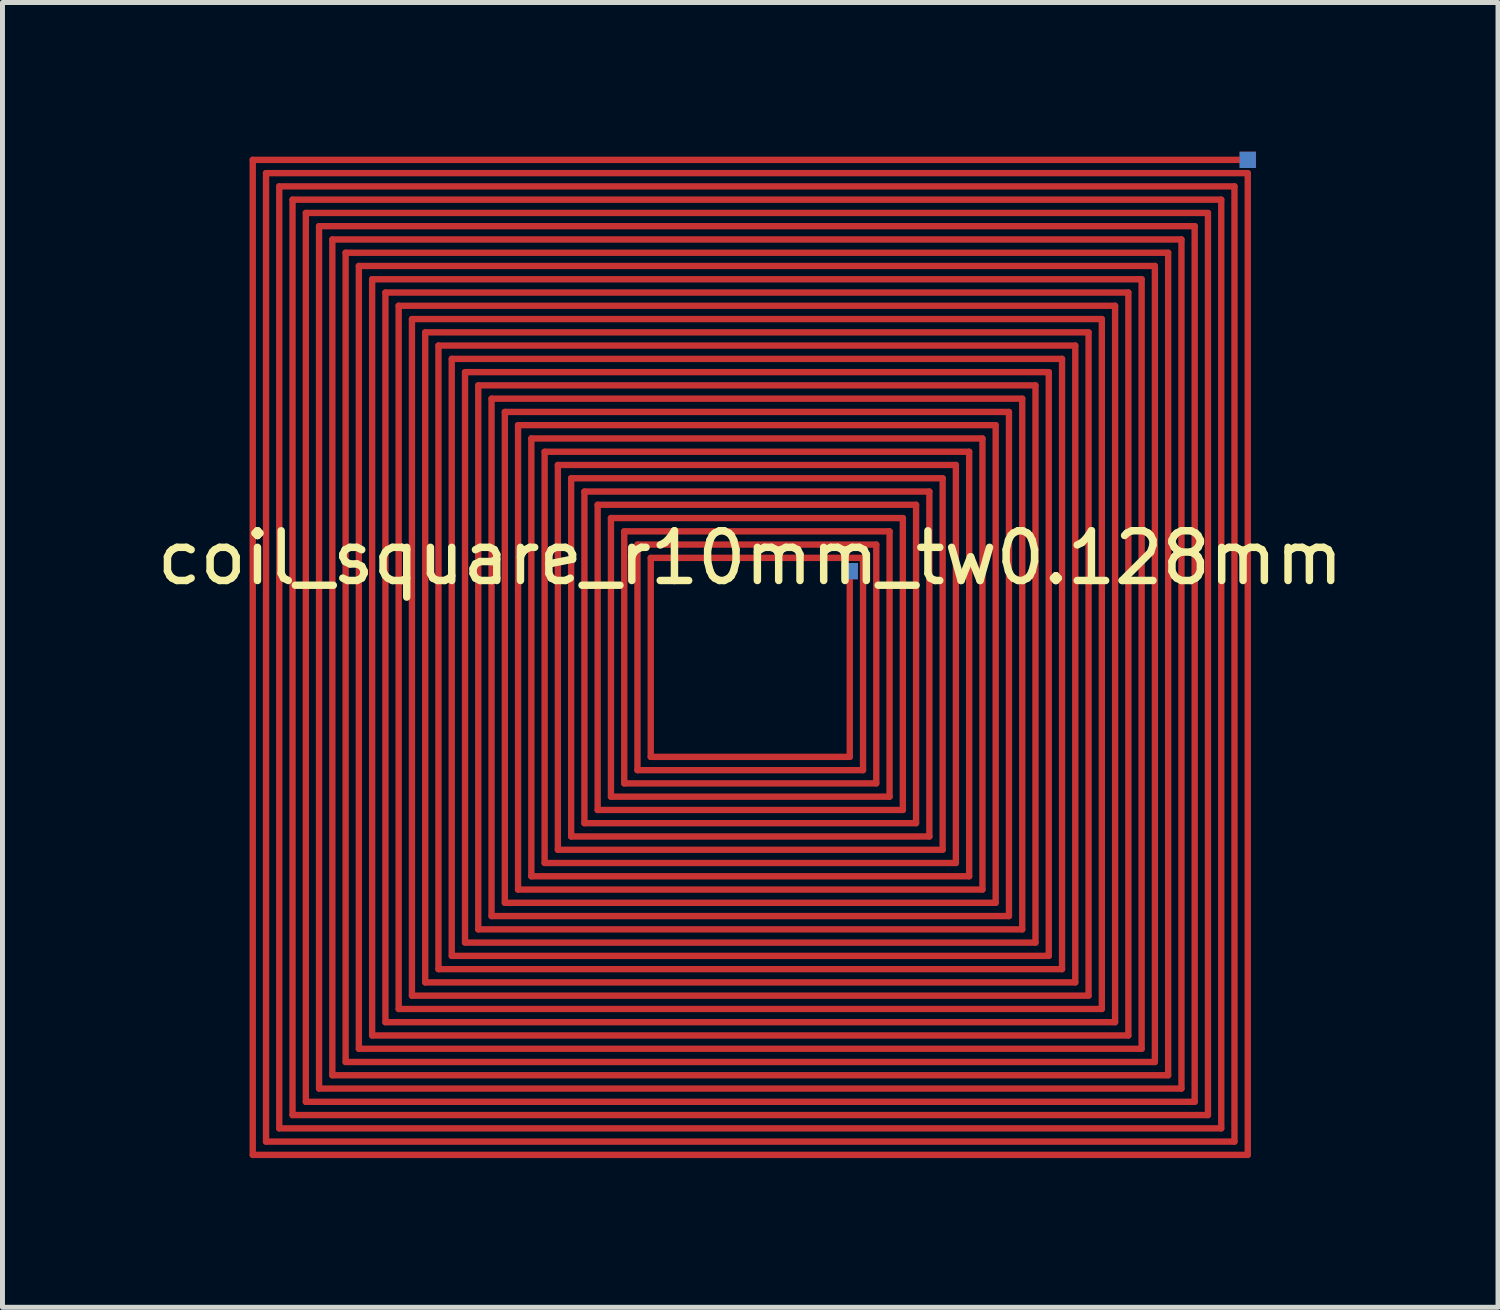
<source format=kicad_pcb>
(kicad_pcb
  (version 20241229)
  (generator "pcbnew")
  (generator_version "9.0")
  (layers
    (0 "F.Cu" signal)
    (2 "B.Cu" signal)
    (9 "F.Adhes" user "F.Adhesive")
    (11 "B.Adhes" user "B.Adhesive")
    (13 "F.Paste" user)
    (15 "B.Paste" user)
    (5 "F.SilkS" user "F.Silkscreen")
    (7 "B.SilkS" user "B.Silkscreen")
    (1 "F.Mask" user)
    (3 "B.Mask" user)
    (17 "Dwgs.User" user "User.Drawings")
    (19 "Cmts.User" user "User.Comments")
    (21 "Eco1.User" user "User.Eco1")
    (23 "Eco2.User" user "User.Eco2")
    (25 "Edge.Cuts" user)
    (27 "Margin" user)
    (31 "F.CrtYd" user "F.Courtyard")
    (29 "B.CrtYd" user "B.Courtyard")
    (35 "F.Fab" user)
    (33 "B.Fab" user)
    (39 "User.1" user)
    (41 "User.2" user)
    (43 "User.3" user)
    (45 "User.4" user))
  (footprint "coil_square_r10mm_tw0.128mm"
    (layer "F.Cu")
    (at 12.03 10.163)
    (property "Reference" "coil_square_r10mm_tw0.128mm" (at 0 -2 0) (layer "F.SilkS") (effects (font (size 1 1) (thickness 0.15))))
    (attr through_hole)
    (fp_line (start -10 -10) (end -10 10) (stroke (width 0.128) (type solid)) (layer "F.Cu"))
    (fp_line (start -10 10) (end 10 10) (stroke (width 0.128) (type solid)) (layer "F.Cu"))
    (fp_line (start -9.733 -9.733) (end -9.733 9.733) (stroke (width 0.128) (type solid)) (layer "F.Cu"))
    (fp_line (start -9.733 9.733) (end 9.733 9.733) (stroke (width 0.128) (type solid)) (layer "F.Cu"))
    (fp_line (start -9.467 -9.467) (end -9.467 9.467) (stroke (width 0.128) (type solid)) (layer "F.Cu"))
    (fp_line (start -9.467 9.467) (end 9.467 9.467) (stroke (width 0.128) (type solid)) (layer "F.Cu"))
    (fp_line (start -9.2 -9.2) (end -9.2 9.2) (stroke (width 0.128) (type solid)) (layer "F.Cu"))
    (fp_line (start -9.2 9.2) (end 9.2 9.2) (stroke (width 0.128) (type solid)) (layer "F.Cu"))
    (fp_line (start -8.933 -8.933) (end -8.933 8.933) (stroke (width 0.128) (type solid)) (layer "F.Cu"))
    (fp_line (start -8.933 8.933) (end 8.933 8.933) (stroke (width 0.128) (type solid)) (layer "F.Cu"))
    (fp_line (start -8.667 -8.667) (end -8.667 8.667) (stroke (width 0.128) (type solid)) (layer "F.Cu"))
    (fp_line (start -8.667 8.667) (end 8.667 8.667) (stroke (width 0.128) (type solid)) (layer "F.Cu"))
    (fp_line (start -8.4 -8.4) (end -8.4 8.4) (stroke (width 0.128) (type solid)) (layer "F.Cu"))
    (fp_line (start -8.4 8.4) (end 8.4 8.4) (stroke (width 0.128) (type solid)) (layer "F.Cu"))
    (fp_line (start -8.133 -8.133) (end -8.133 8.133) (stroke (width 0.128) (type solid)) (layer "F.Cu"))
    (fp_line (start -8.133 8.133) (end 8.133 8.133) (stroke (width 0.128) (type solid)) (layer "F.Cu"))
    (fp_line (start -7.867 -7.867) (end -7.867 7.867) (stroke (width 0.128) (type solid)) (layer "F.Cu"))
    (fp_line (start -7.867 7.867) (end 7.867 7.867) (stroke (width 0.128) (type solid)) (layer "F.Cu"))
    (fp_line (start -7.6 -7.6) (end -7.6 7.6) (stroke (width 0.128) (type solid)) (layer "F.Cu"))
    (fp_line (start -7.6 7.6) (end 7.6 7.6) (stroke (width 0.128) (type solid)) (layer "F.Cu"))
    (fp_line (start -7.333 -7.333) (end -7.333 7.333) (stroke (width 0.128) (type solid)) (layer "F.Cu"))
    (fp_line (start -7.333 7.333) (end 7.333 7.333) (stroke (width 0.128) (type solid)) (layer "F.Cu"))
    (fp_line (start -7.067 -7.067) (end -7.067 7.067) (stroke (width 0.128) (type solid)) (layer "F.Cu"))
    (fp_line (start -7.067 7.067) (end 7.067 7.067) (stroke (width 0.128) (type solid)) (layer "F.Cu"))
    (fp_line (start -6.8 -6.8) (end -6.8 6.8) (stroke (width 0.128) (type solid)) (layer "F.Cu"))
    (fp_line (start -6.8 6.8) (end 6.8 6.8) (stroke (width 0.128) (type solid)) (layer "F.Cu"))
    (fp_line (start -6.533 -6.533) (end -6.533 6.533) (stroke (width 0.128) (type solid)) (layer "F.Cu"))
    (fp_line (start -6.533 6.533) (end 6.533 6.533) (stroke (width 0.128) (type solid)) (layer "F.Cu"))
    (fp_line (start -6.267 -6.267) (end -6.267 6.267) (stroke (width 0.128) (type solid)) (layer "F.Cu"))
    (fp_line (start -6.267 6.267) (end 6.267 6.267) (stroke (width 0.128) (type solid)) (layer "F.Cu"))
    (fp_line (start -6 -6) (end -6 6) (stroke (width 0.128) (type solid)) (layer "F.Cu"))
    (fp_line (start -6 6) (end 6 6) (stroke (width 0.128) (type solid)) (layer "F.Cu"))
    (fp_line (start -5.733 -5.733) (end -5.733 5.733) (stroke (width 0.128) (type solid)) (layer "F.Cu"))
    (fp_line (start -5.733 5.733) (end 5.733 5.733) (stroke (width 0.128) (type solid)) (layer "F.Cu"))
    (fp_line (start -5.467 -5.467) (end -5.467 5.467) (stroke (width 0.128) (type solid)) (layer "F.Cu"))
    (fp_line (start -5.467 5.467) (end 5.467 5.467) (stroke (width 0.128) (type solid)) (layer "F.Cu"))
    (fp_line (start -5.2 -5.2) (end -5.2 5.2) (stroke (width 0.128) (type solid)) (layer "F.Cu"))
    (fp_line (start -5.2 5.2) (end 5.2 5.2) (stroke (width 0.128) (type solid)) (layer "F.Cu"))
    (fp_line (start -4.933 -4.933) (end -4.933 4.933) (stroke (width 0.128) (type solid)) (layer "F.Cu"))
    (fp_line (start -4.933 4.933) (end 4.933 4.933) (stroke (width 0.128) (type solid)) (layer "F.Cu"))
    (fp_line (start -4.667 -4.667) (end -4.667 4.667) (stroke (width 0.128) (type solid)) (layer "F.Cu"))
    (fp_line (start -4.667 4.667) (end 4.667 4.667) (stroke (width 0.128) (type solid)) (layer "F.Cu"))
    (fp_line (start -4.4 -4.4) (end -4.4 4.4) (stroke (width 0.128) (type solid)) (layer "F.Cu"))
    (fp_line (start -4.4 4.4) (end 4.4 4.4) (stroke (width 0.128) (type solid)) (layer "F.Cu"))
    (fp_line (start -4.133 -4.133) (end -4.133 4.133) (stroke (width 0.128) (type solid)) (layer "F.Cu"))
    (fp_line (start -4.133 4.133) (end 4.133 4.133) (stroke (width 0.128) (type solid)) (layer "F.Cu"))
    (fp_line (start -3.867 -3.867) (end -3.867 3.867) (stroke (width 0.128) (type solid)) (layer "F.Cu"))
    (fp_line (start -3.867 3.867) (end 3.867 3.867) (stroke (width 0.128) (type solid)) (layer "F.Cu"))
    (fp_line (start -3.6 -3.6) (end -3.6 3.6) (stroke (width 0.128) (type solid)) (layer "F.Cu"))
    (fp_line (start -3.6 3.6) (end 3.6 3.6) (stroke (width 0.128) (type solid)) (layer "F.Cu"))
    (fp_line (start -3.333 -3.333) (end -3.333 3.333) (stroke (width 0.128) (type solid)) (layer "F.Cu"))
    (fp_line (start -3.333 3.333) (end 3.333 3.333) (stroke (width 0.128) (type solid)) (layer "F.Cu"))
    (fp_line (start -3.067 -3.067) (end -3.067 3.067) (stroke (width 0.128) (type solid)) (layer "F.Cu"))
    (fp_line (start -3.067 3.067) (end 3.067 3.067) (stroke (width 0.128) (type solid)) (layer "F.Cu"))
    (fp_line (start -2.8 -2.8) (end -2.8 2.8) (stroke (width 0.128) (type solid)) (layer "F.Cu"))
    (fp_line (start -2.8 2.8) (end 2.8 2.8) (stroke (width 0.128) (type solid)) (layer "F.Cu"))
    (fp_line (start -2.533 -2.533) (end -2.533 2.533) (stroke (width 0.128) (type solid)) (layer "F.Cu"))
    (fp_line (start -2.533 2.533) (end 2.533 2.533) (stroke (width 0.128) (type solid)) (layer "F.Cu"))
    (fp_line (start -2.267 -2.267) (end -2.267 2.267) (stroke (width 0.128) (type solid)) (layer "F.Cu"))
    (fp_line (start -2.267 2.267) (end 2.267 2.267) (stroke (width 0.128) (type solid)) (layer "F.Cu"))
    (fp_line (start -2 -2) (end -2 2) (stroke (width 0.128) (type solid)) (layer "F.Cu"))
    (fp_line (start -2 2) (end 2 2) (stroke (width 0.128) (type solid)) (layer "F.Cu"))
    (fp_line (start 2 2) (end 2 -1.733) (stroke (width 0.128) (type solid)) (layer "F.Cu"))
    (fp_line (start 2.267 -2) (end -2 -2) (stroke (width 0.128) (type solid)) (layer "F.Cu"))
    (fp_line (start 2.267 2.267) (end 2.267 -2) (stroke (width 0.128) (type solid)) (layer "F.Cu"))
    (fp_line (start 2.533 -2.267) (end -2.267 -2.267) (stroke (width 0.128) (type solid)) (layer "F.Cu"))
    (fp_line (start 2.533 2.533) (end 2.533 -2.267) (stroke (width 0.128) (type solid)) (layer "F.Cu"))
    (fp_line (start 2.8 -2.533) (end -2.533 -2.533) (stroke (width 0.128) (type solid)) (layer "F.Cu"))
    (fp_line (start 2.8 2.8) (end 2.8 -2.533) (stroke (width 0.128) (type solid)) (layer "F.Cu"))
    (fp_line (start 3.067 -2.8) (end -2.8 -2.8) (stroke (width 0.128) (type solid)) (layer "F.Cu"))
    (fp_line (start 3.067 3.067) (end 3.067 -2.8) (stroke (width 0.128) (type solid)) (layer "F.Cu"))
    (fp_line (start 3.333 -3.067) (end -3.067 -3.067) (stroke (width 0.128) (type solid)) (layer "F.Cu"))
    (fp_line (start 3.333 3.333) (end 3.333 -3.067) (stroke (width 0.128) (type solid)) (layer "F.Cu"))
    (fp_line (start 3.6 -3.333) (end -3.333 -3.333) (stroke (width 0.128) (type solid)) (layer "F.Cu"))
    (fp_line (start 3.6 3.6) (end 3.6 -3.333) (stroke (width 0.128) (type solid)) (layer "F.Cu"))
    (fp_line (start 3.867 -3.6) (end -3.6 -3.6) (stroke (width 0.128) (type solid)) (layer "F.Cu"))
    (fp_line (start 3.867 3.867) (end 3.867 -3.6) (stroke (width 0.128) (type solid)) (layer "F.Cu"))
    (fp_line (start 4.133 -3.867) (end -3.867 -3.867) (stroke (width 0.128) (type solid)) (layer "F.Cu"))
    (fp_line (start 4.133 4.133) (end 4.133 -3.867) (stroke (width 0.128) (type solid)) (layer "F.Cu"))
    (fp_line (start 4.4 -4.133) (end -4.133 -4.133) (stroke (width 0.128) (type solid)) (layer "F.Cu"))
    (fp_line (start 4.4 4.4) (end 4.4 -4.133) (stroke (width 0.128) (type solid)) (layer "F.Cu"))
    (fp_line (start 4.667 -4.4) (end -4.4 -4.4) (stroke (width 0.128) (type solid)) (layer "F.Cu"))
    (fp_line (start 4.667 4.667) (end 4.667 -4.4) (stroke (width 0.128) (type solid)) (layer "F.Cu"))
    (fp_line (start 4.933 -4.667) (end -4.667 -4.667) (stroke (width 0.128) (type solid)) (layer "F.Cu"))
    (fp_line (start 4.933 4.933) (end 4.933 -4.667) (stroke (width 0.128) (type solid)) (layer "F.Cu"))
    (fp_line (start 5.2 -4.933) (end -4.933 -4.933) (stroke (width 0.128) (type solid)) (layer "F.Cu"))
    (fp_line (start 5.2 5.2) (end 5.2 -4.933) (stroke (width 0.128) (type solid)) (layer "F.Cu"))
    (fp_line (start 5.467 -5.2) (end -5.2 -5.2) (stroke (width 0.128) (type solid)) (layer "F.Cu"))
    (fp_line (start 5.467 5.467) (end 5.467 -5.2) (stroke (width 0.128) (type solid)) (layer "F.Cu"))
    (fp_line (start 5.733 -5.467) (end -5.467 -5.467) (stroke (width 0.128) (type solid)) (layer "F.Cu"))
    (fp_line (start 5.733 5.733) (end 5.733 -5.467) (stroke (width 0.128) (type solid)) (layer "F.Cu"))
    (fp_line (start 6 -5.733) (end -5.733 -5.733) (stroke (width 0.128) (type solid)) (layer "F.Cu"))
    (fp_line (start 6 6) (end 6 -5.733) (stroke (width 0.128) (type solid)) (layer "F.Cu"))
    (fp_line (start 6.267 -6) (end -6 -6) (stroke (width 0.128) (type solid)) (layer "F.Cu"))
    (fp_line (start 6.267 6.267) (end 6.267 -6) (stroke (width 0.128) (type solid)) (layer "F.Cu"))
    (fp_line (start 6.533 -6.267) (end -6.267 -6.267) (stroke (width 0.128) (type solid)) (layer "F.Cu"))
    (fp_line (start 6.533 6.533) (end 6.533 -6.267) (stroke (width 0.128) (type solid)) (layer "F.Cu"))
    (fp_line (start 6.8 -6.533) (end -6.533 -6.533) (stroke (width 0.128) (type solid)) (layer "F.Cu"))
    (fp_line (start 6.8 6.8) (end 6.8 -6.533) (stroke (width 0.128) (type solid)) (layer "F.Cu"))
    (fp_line (start 7.067 -6.8) (end -6.8 -6.8) (stroke (width 0.128) (type solid)) (layer "F.Cu"))
    (fp_line (start 7.067 7.067) (end 7.067 -6.8) (stroke (width 0.128) (type solid)) (layer "F.Cu"))
    (fp_line (start 7.333 -7.067) (end -7.067 -7.067) (stroke (width 0.128) (type solid)) (layer "F.Cu"))
    (fp_line (start 7.333 7.333) (end 7.333 -7.067) (stroke (width 0.128) (type solid)) (layer "F.Cu"))
    (fp_line (start 7.6 -7.333) (end -7.333 -7.333) (stroke (width 0.128) (type solid)) (layer "F.Cu"))
    (fp_line (start 7.6 7.6) (end 7.6 -7.333) (stroke (width 0.128) (type solid)) (layer "F.Cu"))
    (fp_line (start 7.867 -7.6) (end -7.6 -7.6) (stroke (width 0.128) (type solid)) (layer "F.Cu"))
    (fp_line (start 7.867 7.867) (end 7.867 -7.6) (stroke (width 0.128) (type solid)) (layer "F.Cu"))
    (fp_line (start 8.133 -7.867) (end -7.867 -7.867) (stroke (width 0.128) (type solid)) (layer "F.Cu"))
    (fp_line (start 8.133 8.133) (end 8.133 -7.867) (stroke (width 0.128) (type solid)) (layer "F.Cu"))
    (fp_line (start 8.4 -8.133) (end -8.133 -8.133) (stroke (width 0.128) (type solid)) (layer "F.Cu"))
    (fp_line (start 8.4 8.4) (end 8.4 -8.133) (stroke (width 0.128) (type solid)) (layer "F.Cu"))
    (fp_line (start 8.667 -8.4) (end -8.4 -8.4) (stroke (width 0.128) (type solid)) (layer "F.Cu"))
    (fp_line (start 8.667 8.667) (end 8.667 -8.4) (stroke (width 0.128) (type solid)) (layer "F.Cu"))
    (fp_line (start 8.933 -8.667) (end -8.667 -8.667) (stroke (width 0.128) (type solid)) (layer "F.Cu"))
    (fp_line (start 8.933 8.933) (end 8.933 -8.667) (stroke (width 0.128) (type solid)) (layer "F.Cu"))
    (fp_line (start 9.2 -8.933) (end -8.933 -8.933) (stroke (width 0.128) (type solid)) (layer "F.Cu"))
    (fp_line (start 9.2 9.2) (end 9.2 -8.933) (stroke (width 0.128) (type solid)) (layer "F.Cu"))
    (fp_line (start 9.467 -9.2) (end -9.2 -9.2) (stroke (width 0.128) (type solid)) (layer "F.Cu"))
    (fp_line (start 9.467 9.467) (end 9.467 -9.2) (stroke (width 0.128) (type solid)) (layer "F.Cu"))
    (fp_line (start 9.733 -9.467) (end -9.467 -9.467) (stroke (width 0.128) (type solid)) (layer "F.Cu"))
    (fp_line (start 9.733 9.733) (end 9.733 -9.467) (stroke (width 0.128) (type solid)) (layer "F.Cu"))
    (fp_line (start 10 -10) (end -10 -10) (stroke (width 0.128) (type solid)) (layer "F.Cu"))
    (fp_line (start 10 -9.733) (end -9.733 -9.733) (stroke (width 0.128) (type solid)) (layer "F.Cu"))
    (fp_line (start 10 10) (end 10 -9.733) (stroke (width 0.128) (type solid)) (layer "F.Cu"))
    (pad "1" connect rect (at 10 -10) (size 0.327 0.327) (layers "*.Cu" "*.Mask"))
    (pad "2" connect rect (at 2 -1.733) (size 0.327 0.327) (layers "*.Cu" "*.Mask")))
  (gr_rect
    (start -3 -3)
    (end 27.06 23.227)
    (stroke (width 0.1) (type default))
    (fill no)
    (layer "Edge.Cuts")))
</source>
